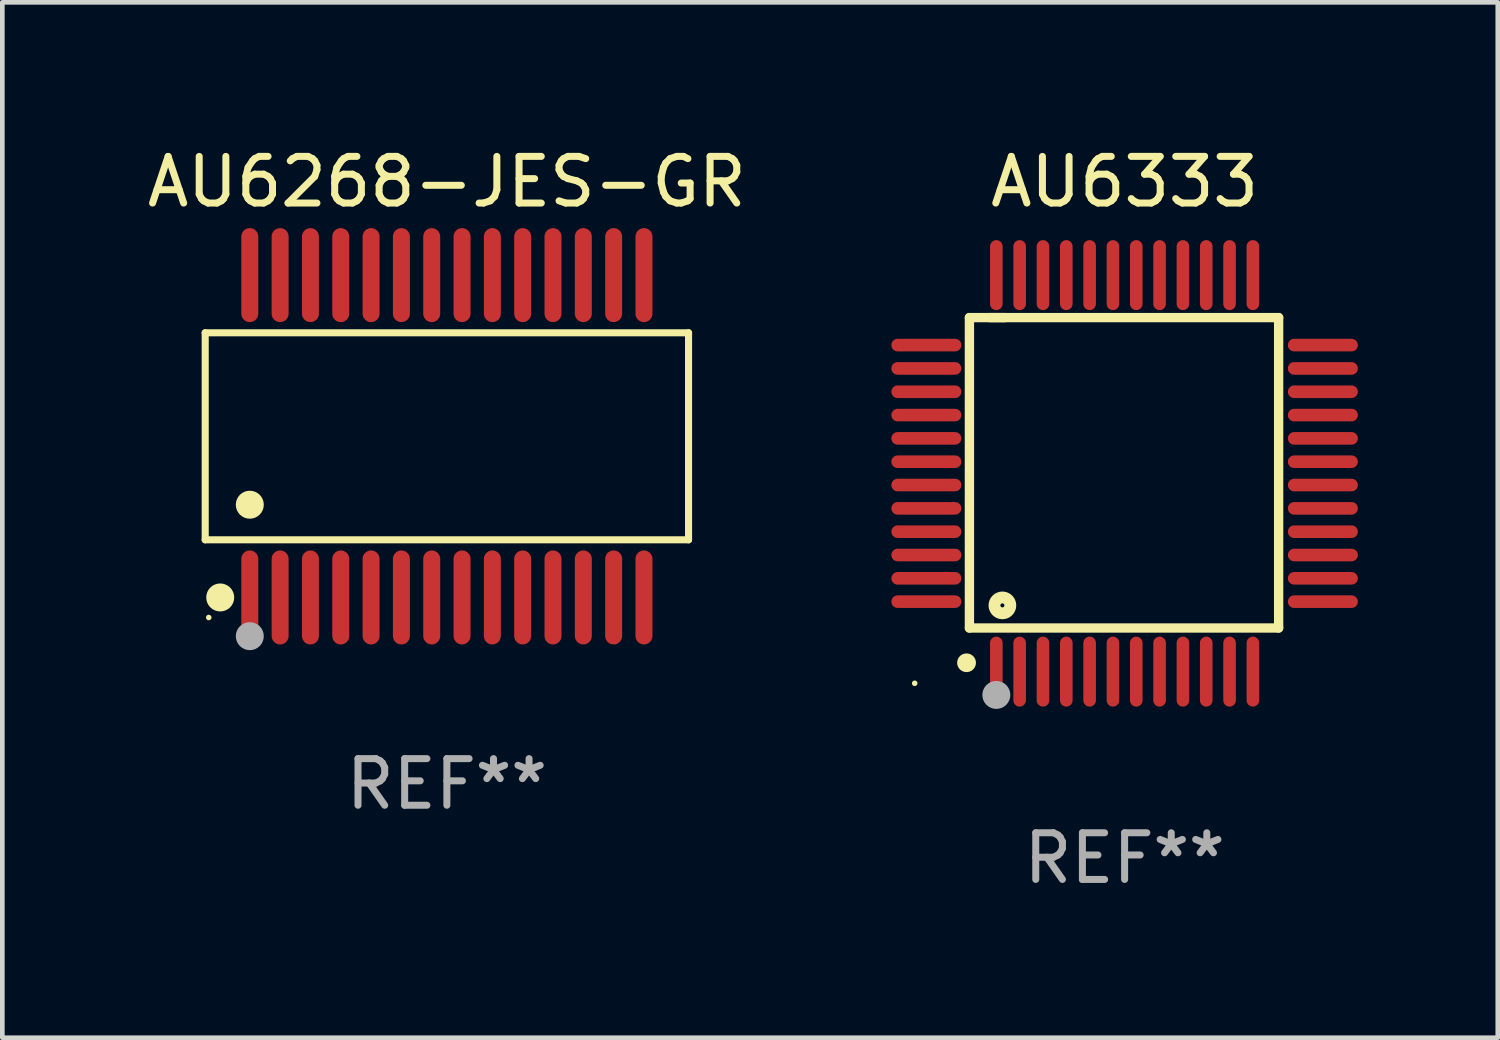
<source format=kicad_pcb>
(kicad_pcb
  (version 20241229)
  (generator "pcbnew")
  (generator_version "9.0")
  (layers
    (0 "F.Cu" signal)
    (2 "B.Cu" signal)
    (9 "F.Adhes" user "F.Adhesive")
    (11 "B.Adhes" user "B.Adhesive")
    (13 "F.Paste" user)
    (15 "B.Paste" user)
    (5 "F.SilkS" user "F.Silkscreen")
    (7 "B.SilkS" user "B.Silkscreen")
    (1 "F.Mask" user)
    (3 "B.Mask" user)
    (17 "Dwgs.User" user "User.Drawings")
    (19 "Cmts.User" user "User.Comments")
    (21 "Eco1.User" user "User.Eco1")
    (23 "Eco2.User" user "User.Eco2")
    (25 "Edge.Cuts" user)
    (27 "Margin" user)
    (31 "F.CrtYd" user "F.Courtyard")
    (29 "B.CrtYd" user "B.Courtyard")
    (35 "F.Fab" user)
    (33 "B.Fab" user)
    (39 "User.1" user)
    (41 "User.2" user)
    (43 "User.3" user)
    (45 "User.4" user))
  (footprint "AU6268-JES-GR"
    (layer "F.Cu")
    (at 6.53 6.303)
    (property "Reference" "AU6268-JES-GR" (at 0 -5.455 0) (layer "F.SilkS") (effects (font (size 1 1) (thickness 0.15))))
    (attr through_hole)
    (fp_line (start -5.181 -2.219) (end 5.181 -2.219) (stroke (width 0.152) (type solid)) (layer "F.SilkS"))
    (fp_line (start -5.181 2.219) (end -5.181 -2.219) (stroke (width 0.152) (type solid)) (layer "F.SilkS"))
    (fp_line (start 5.181 -2.219) (end 5.181 2.219) (stroke (width 0.152) (type solid)) (layer "F.SilkS"))
    (fp_line (start 5.181 2.219) (end -5.181 2.219) (stroke (width 0.152) (type solid)) (layer "F.SilkS"))
    (fp_circle (center -5.105 3.885) (end -5.075 3.885) (stroke (width 0.06) (type solid)) (fill no) (layer "F.SilkS"))
    (fp_circle (center -4.859 3.455) (end -4.709 3.455) (stroke (width 0.3) (type solid)) (fill no) (layer "F.SilkS"))
    (fp_circle (center -4.225 1.467) (end -4.075 1.467) (stroke (width 0.3) (type solid)) (fill no) (layer "F.SilkS"))
    (fp_circle (center -4.225 4.285) (end -4.075 4.285) (stroke (width 0.3) (type solid)) (fill no) (layer "F.Fab"))
    (fp_text user "REF**" (at 0 7.455 0) (layer "F.Fab") (effects (font (size 1 1) (thickness 0.15))))
    (pad "1" smd oval (at -4.225 3.455) (size 0.364 2.015) (layers "F.Cu" "F.Mask" "F.Paste"))
    (pad "2" smd oval (at -3.575 3.455) (size 0.364 2.015) (layers "F.Cu" "F.Mask" "F.Paste"))
    (pad "3" smd oval (at -2.925 3.455) (size 0.364 2.015) (layers "F.Cu" "F.Mask" "F.Paste"))
    (pad "4" smd oval (at -2.275 3.455) (size 0.364 2.015) (layers "F.Cu" "F.Mask" "F.Paste"))
    (pad "5" smd oval (at -1.625 3.455) (size 0.364 2.015) (layers "F.Cu" "F.Mask" "F.Paste"))
    (pad "6" smd oval (at -0.975 3.455) (size 0.364 2.015) (layers "F.Cu" "F.Mask" "F.Paste"))
    (pad "7" smd oval (at -0.325 3.455) (size 0.364 2.015) (layers "F.Cu" "F.Mask" "F.Paste"))
    (pad "8" smd oval (at 0.325 3.455) (size 0.364 2.015) (layers "F.Cu" "F.Mask" "F.Paste"))
    (pad "9" smd oval (at 0.975 3.455) (size 0.364 2.015) (layers "F.Cu" "F.Mask" "F.Paste"))
    (pad "10" smd oval (at 1.625 3.455) (size 0.364 2.015) (layers "F.Cu" "F.Mask" "F.Paste"))
    (pad "11" smd oval (at 2.275 3.455) (size 0.364 2.015) (layers "F.Cu" "F.Mask" "F.Paste"))
    (pad "12" smd oval (at 2.925 3.455) (size 0.364 2.015) (layers "F.Cu" "F.Mask" "F.Paste"))
    (pad "13" smd oval (at 3.575 3.455) (size 0.364 2.015) (layers "F.Cu" "F.Mask" "F.Paste"))
    (pad "14" smd oval (at 4.225 3.455) (size 0.364 2.015) (layers "F.Cu" "F.Mask" "F.Paste"))
    (pad "15" smd oval (at 4.225 -3.455) (size 0.364 2.015) (layers "F.Cu" "F.Mask" "F.Paste"))
    (pad "16" smd oval (at 3.575 -3.455) (size 0.364 2.015) (layers "F.Cu" "F.Mask" "F.Paste"))
    (pad "17" smd oval (at 2.925 -3.455) (size 0.364 2.015) (layers "F.Cu" "F.Mask" "F.Paste"))
    (pad "18" smd oval (at 2.275 -3.455) (size 0.364 2.015) (layers "F.Cu" "F.Mask" "F.Paste"))
    (pad "19" smd oval (at 1.625 -3.455) (size 0.364 2.015) (layers "F.Cu" "F.Mask" "F.Paste"))
    (pad "20" smd oval (at 0.975 -3.455) (size 0.364 2.015) (layers "F.Cu" "F.Mask" "F.Paste"))
    (pad "21" smd oval (at 0.325 -3.455) (size 0.364 2.015) (layers "F.Cu" "F.Mask" "F.Paste"))
    (pad "22" smd oval (at -0.325 -3.455) (size 0.364 2.015) (layers "F.Cu" "F.Mask" "F.Paste"))
    (pad "23" smd oval (at -0.975 -3.455) (size 0.364 2.015) (layers "F.Cu" "F.Mask" "F.Paste"))
    (pad "24" smd oval (at -1.625 -3.455) (size 0.364 2.015) (layers "F.Cu" "F.Mask" "F.Paste"))
    (pad "25" smd oval (at -2.275 -3.455) (size 0.364 2.015) (layers "F.Cu" "F.Mask" "F.Paste"))
    (pad "26" smd oval (at -2.925 -3.455) (size 0.364 2.015) (layers "F.Cu" "F.Mask" "F.Paste"))
    (pad "27" smd oval (at -3.575 -3.455) (size 0.364 2.015) (layers "F.Cu" "F.Mask" "F.Paste"))
    (pad "28" smd oval (at -4.225 -3.455) (size 0.364 2.015) (layers "F.Cu" "F.Mask" "F.Paste")))
  (footprint "AU6333"
    (layer "F.Cu")
    (at 21.059 7.098)
    (property "Reference" "AU6333" (at 0 -6.25 0) (layer "F.SilkS") (effects (font (size 1 1) (thickness 0.15))))
    (attr through_hole)
    (fp_line (start -3.327 -3.34) (end -2.565 -3.34) (stroke (width 0.2) (type solid)) (layer "F.SilkS"))
    (fp_line (start -3.327 3.315) (end -3.327 -3.34) (stroke (width 0.2) (type solid)) (layer "F.SilkS"))
    (fp_line (start -2.896 -3.34) (end 3.302 -3.34) (stroke (width 0.2) (type solid)) (layer "F.SilkS"))
    (fp_line (start 3.302 -3.34) (end 3.302 3.315) (stroke (width 0.2) (type solid)) (layer "F.SilkS"))
    (fp_line (start 3.302 3.315) (end -3.327 3.315) (stroke (width 0.2) (type solid)) (layer "F.SilkS"))
    (fp_arc (start -3.389992 4.059995) (mid -3.388722 4.059991) (end -3.387452 4.059995) (stroke (width 0.4) (type solid)) (layer "F.SilkS"))
    (fp_circle (center -4.5 4.5) (end -4.47 4.5) (stroke (width 0.06) (type solid)) (fill no) (layer "F.SilkS"))
    (fp_circle (center -2.62 2.83) (end -2.45 2.83) (stroke (width 0.254) (type solid)) (fill no) (layer "F.SilkS"))
    (fp_circle (center -2.75 4.75) (end -2.6 4.75) (stroke (width 0.3) (type solid)) (fill no) (layer "F.Fab"))
    (fp_text user "REF**" (at 0 8.25 0) (layer "F.Fab") (effects (font (size 1 1) (thickness 0.15))))
    (pad "1" smd oval (at -2.75 4.25) (size 0.27 1.5) (layers "F.Cu" "F.Mask" "F.Paste"))
    (pad "2" smd oval (at -2.25 4.25) (size 0.27 1.5) (layers "F.Cu" "F.Mask" "F.Paste"))
    (pad "3" smd oval (at -1.75 4.25) (size 0.27 1.5) (layers "F.Cu" "F.Mask" "F.Paste"))
    (pad "4" smd oval (at -1.25 4.25) (size 0.27 1.5) (layers "F.Cu" "F.Mask" "F.Paste"))
    (pad "5" smd oval (at -0.75 4.25) (size 0.27 1.5) (layers "F.Cu" "F.Mask" "F.Paste"))
    (pad "6" smd oval (at -0.25 4.25) (size 0.27 1.5) (layers "F.Cu" "F.Mask" "F.Paste"))
    (pad "7" smd oval (at 0.25 4.25) (size 0.27 1.5) (layers "F.Cu" "F.Mask" "F.Paste"))
    (pad "8" smd oval (at 0.75 4.25) (size 0.27 1.5) (layers "F.Cu" "F.Mask" "F.Paste"))
    (pad "9" smd oval (at 1.25 4.25) (size 0.27 1.5) (layers "F.Cu" "F.Mask" "F.Paste"))
    (pad "10" smd oval (at 1.75 4.25) (size 0.27 1.5) (layers "F.Cu" "F.Mask" "F.Paste"))
    (pad "11" smd oval (at 2.25 4.25) (size 0.27 1.5) (layers "F.Cu" "F.Mask" "F.Paste"))
    (pad "12" smd oval (at 2.75 4.25) (size 0.27 1.5) (layers "F.Cu" "F.Mask" "F.Paste"))
    (pad "13" smd oval (at 4.25 2.75) (size 1.5 0.27) (layers "F.Cu" "F.Mask" "F.Paste"))
    (pad "14" smd oval (at 4.25 2.25) (size 1.5 0.27) (layers "F.Cu" "F.Mask" "F.Paste"))
    (pad "15" smd oval (at 4.25 1.75) (size 1.5 0.27) (layers "F.Cu" "F.Mask" "F.Paste"))
    (pad "16" smd oval (at 4.25 1.25) (size 1.5 0.27) (layers "F.Cu" "F.Mask" "F.Paste"))
    (pad "17" smd oval (at 4.25 0.75) (size 1.5 0.27) (layers "F.Cu" "F.Mask" "F.Paste"))
    (pad "18" smd oval (at 4.25 0.25) (size 1.5 0.27) (layers "F.Cu" "F.Mask" "F.Paste"))
    (pad "19" smd oval (at 4.25 -0.25) (size 1.5 0.27) (layers "F.Cu" "F.Mask" "F.Paste"))
    (pad "20" smd oval (at 4.25 -0.75) (size 1.5 0.27) (layers "F.Cu" "F.Mask" "F.Paste"))
    (pad "21" smd oval (at 4.25 -1.25) (size 1.5 0.27) (layers "F.Cu" "F.Mask" "F.Paste"))
    (pad "22" smd oval (at 4.25 -1.75) (size 1.5 0.27) (layers "F.Cu" "F.Mask" "F.Paste"))
    (pad "23" smd oval (at 4.25 -2.25) (size 1.5 0.27) (layers "F.Cu" "F.Mask" "F.Paste"))
    (pad "24" smd oval (at 4.25 -2.75) (size 1.5 0.27) (layers "F.Cu" "F.Mask" "F.Paste"))
    (pad "25" smd oval (at 2.75 -4.25) (size 0.27 1.5) (layers "F.Cu" "F.Mask" "F.Paste"))
    (pad "26" smd oval (at 2.25 -4.25) (size 0.27 1.5) (layers "F.Cu" "F.Mask" "F.Paste"))
    (pad "27" smd oval (at 1.75 -4.25) (size 0.27 1.5) (layers "F.Cu" "F.Mask" "F.Paste"))
    (pad "28" smd oval (at 1.25 -4.25) (size 0.27 1.5) (layers "F.Cu" "F.Mask" "F.Paste"))
    (pad "29" smd oval (at 0.75 -4.25) (size 0.27 1.5) (layers "F.Cu" "F.Mask" "F.Paste"))
    (pad "30" smd oval (at 0.25 -4.25) (size 0.27 1.5) (layers "F.Cu" "F.Mask" "F.Paste"))
    (pad "31" smd oval (at -0.25 -4.25) (size 0.27 1.5) (layers "F.Cu" "F.Mask" "F.Paste"))
    (pad "32" smd oval (at -0.75 -4.25) (size 0.27 1.5) (layers "F.Cu" "F.Mask" "F.Paste"))
    (pad "33" smd oval (at -1.25 -4.25) (size 0.27 1.5) (layers "F.Cu" "F.Mask" "F.Paste"))
    (pad "34" smd oval (at -1.75 -4.25) (size 0.27 1.5) (layers "F.Cu" "F.Mask" "F.Paste"))
    (pad "35" smd oval (at -2.25 -4.25) (size 0.27 1.5) (layers "F.Cu" "F.Mask" "F.Paste"))
    (pad "36" smd oval (at -2.75 -4.25) (size 0.27 1.5) (layers "F.Cu" "F.Mask" "F.Paste"))
    (pad "37" smd oval (at -4.25 -2.75) (size 1.5 0.27) (layers "F.Cu" "F.Mask" "F.Paste"))
    (pad "38" smd oval (at -4.25 -2.25) (size 1.5 0.27) (layers "F.Cu" "F.Mask" "F.Paste"))
    (pad "39" smd oval (at -4.25 -1.75) (size 1.5 0.27) (layers "F.Cu" "F.Mask" "F.Paste"))
    (pad "40" smd oval (at -4.25 -1.25) (size 1.5 0.27) (layers "F.Cu" "F.Mask" "F.Paste"))
    (pad "41" smd oval (at -4.25 -0.75) (size 1.5 0.27) (layers "F.Cu" "F.Mask" "F.Paste"))
    (pad "42" smd oval (at -4.25 -0.25) (size 1.5 0.27) (layers "F.Cu" "F.Mask" "F.Paste"))
    (pad "43" smd oval (at -4.25 0.25) (size 1.5 0.27) (layers "F.Cu" "F.Mask" "F.Paste"))
    (pad "44" smd oval (at -4.25 0.75) (size 1.5 0.27) (layers "F.Cu" "F.Mask" "F.Paste"))
    (pad "45" smd oval (at -4.25 1.25) (size 1.5 0.27) (layers "F.Cu" "F.Mask" "F.Paste"))
    (pad "46" smd oval (at -4.25 1.75) (size 1.5 0.27) (layers "F.Cu" "F.Mask" "F.Paste"))
    (pad "47" smd oval (at -4.25 2.25) (size 1.5 0.27) (layers "F.Cu" "F.Mask" "F.Paste"))
    (pad "48" smd oval (at -4.25 2.75) (size 1.5 0.27) (layers "F.Cu" "F.Mask" "F.Paste")))
  (gr_rect
    (start -3 -3)
    (end 29.059 19.196)
    (stroke (width 0.1) (type default))
    (fill no)
    (layer "Edge.Cuts")))
</source>
